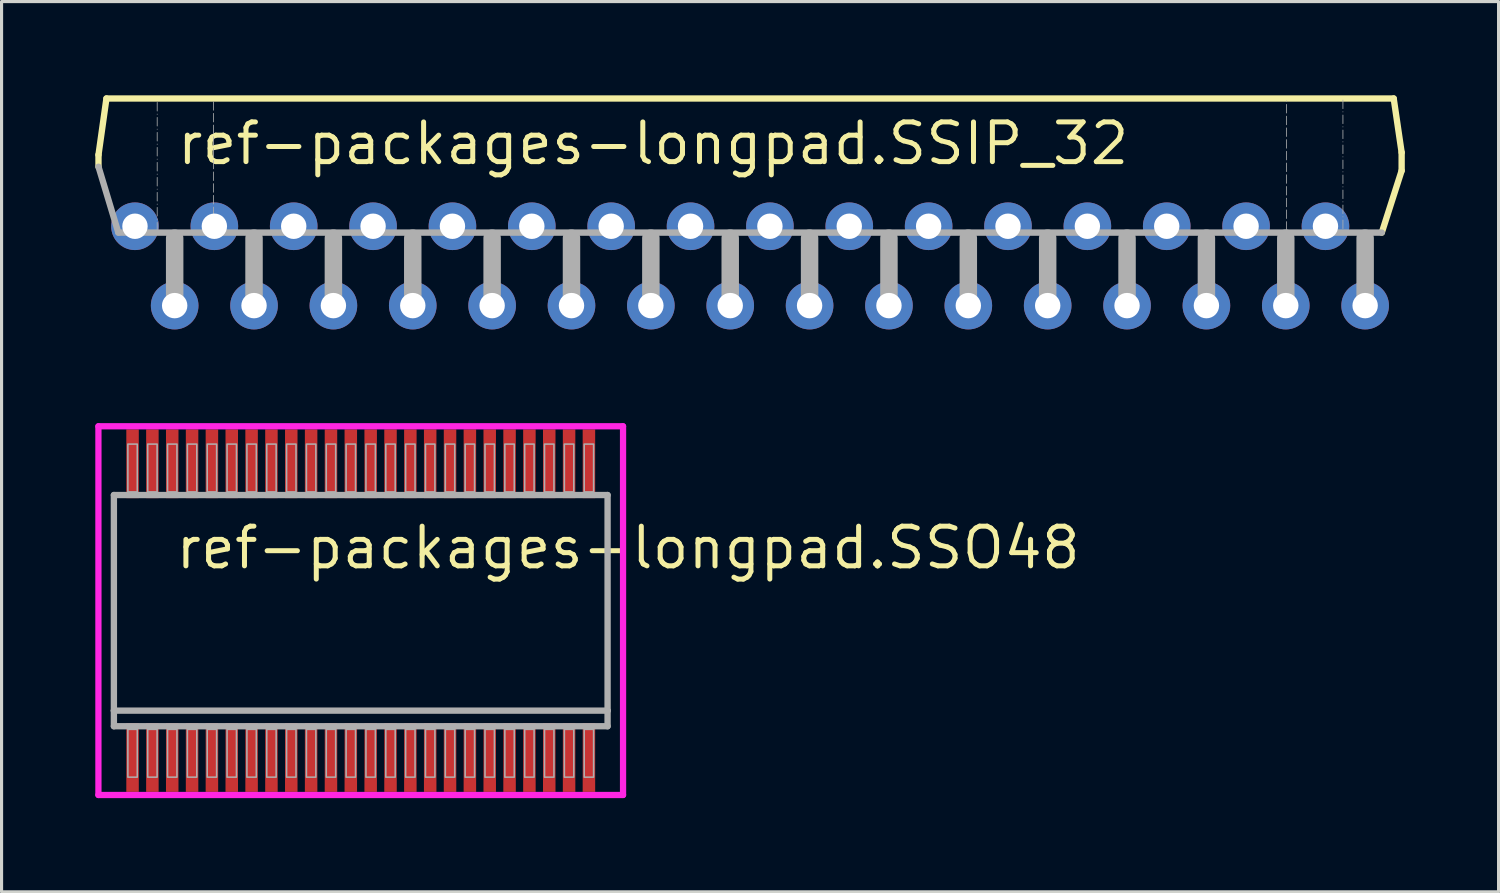
<source format=kicad_pcb>
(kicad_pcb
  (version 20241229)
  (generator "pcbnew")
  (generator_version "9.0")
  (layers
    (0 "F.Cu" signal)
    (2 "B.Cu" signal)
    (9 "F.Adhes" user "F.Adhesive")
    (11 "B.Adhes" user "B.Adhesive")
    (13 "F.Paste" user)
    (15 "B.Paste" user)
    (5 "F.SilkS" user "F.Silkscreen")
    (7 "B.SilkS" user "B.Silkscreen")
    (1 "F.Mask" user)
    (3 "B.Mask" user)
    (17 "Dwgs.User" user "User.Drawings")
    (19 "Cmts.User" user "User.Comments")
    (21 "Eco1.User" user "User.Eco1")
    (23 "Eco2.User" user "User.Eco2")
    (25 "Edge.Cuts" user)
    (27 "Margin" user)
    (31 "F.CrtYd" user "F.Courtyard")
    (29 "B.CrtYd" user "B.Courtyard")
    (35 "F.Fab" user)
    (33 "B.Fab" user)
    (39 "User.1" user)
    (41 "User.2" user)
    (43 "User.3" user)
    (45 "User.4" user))
  (footprint "ref-packages-longpad.SSO48"
    (layer "F.Cu")
    (at 8.495 16.493)
    (property "Reference" "ref-packages-longpad.SSO48" (at -6.003 -1.27 0) (layer "F.SilkS") (effects (font (size 1.27 1.27) (thickness 0.16)) (justify left bottom)))
    (attr smd)
    (fp_line (start -8.395 -5.9) (end 8.395 -5.9) (stroke (width 0.2) (type default)) (layer "F.CrtYd"))
    (fp_line (start -8.395 5.9) (end -8.395 -5.9) (stroke (width 0.2) (type default)) (layer "F.CrtYd"))
    (fp_line (start 8.395 -5.9) (end 8.395 5.9) (stroke (width 0.2) (type default)) (layer "F.CrtYd"))
    (fp_line (start 8.395 5.9) (end -8.395 5.9) (stroke (width 0.2) (type default)) (layer "F.CrtYd"))
    (fp_line (start -7.9 -3.7) (end 7.9 -3.7) (stroke (width 0.203) (type default)) (layer "F.Fab"))
    (fp_line (start -7.9 3.2) (end -7.9 -3.7) (stroke (width 0.203) (type default)) (layer "F.Fab"))
    (fp_line (start -7.9 3.7) (end -7.9 3.2) (stroke (width 0.203) (type default)) (layer "F.Fab"))
    (fp_line (start 7.9 -3.7) (end 7.9 3.2) (stroke (width 0.203) (type default)) (layer "F.Fab"))
    (fp_line (start 7.9 3.2) (end -7.9 3.2) (stroke (width 0.203) (type default)) (layer "F.Fab"))
    (fp_line (start 7.9 3.2) (end 7.9 3.7) (stroke (width 0.203) (type default)) (layer "F.Fab"))
    (fp_line (start 7.9 3.7) (end -7.9 3.7) (stroke (width 0.203) (type default)) (layer "F.Fab"))
    (fp_rect (start -7.453 -3.8) (end -7.152 -5.33) (stroke (width 0.05) (type default)) (fill no) (layer "F.Fab"))
    (fp_rect (start -7.453 5.33) (end -7.152 3.8) (stroke (width 0.05) (type default)) (fill no) (layer "F.Fab"))
    (fp_rect (start -6.818 -3.8) (end -6.517 -5.33) (stroke (width 0.05) (type default)) (fill no) (layer "F.Fab"))
    (fp_rect (start -6.818 5.33) (end -6.517 3.8) (stroke (width 0.05) (type default)) (fill no) (layer "F.Fab"))
    (fp_rect (start -6.183 -3.8) (end -5.882 -5.33) (stroke (width 0.05) (type default)) (fill no) (layer "F.Fab"))
    (fp_rect (start -6.183 5.33) (end -5.882 3.8) (stroke (width 0.05) (type default)) (fill no) (layer "F.Fab"))
    (fp_rect (start -5.548 -3.8) (end -5.247 -5.33) (stroke (width 0.05) (type default)) (fill no) (layer "F.Fab"))
    (fp_rect (start -5.548 5.33) (end -5.247 3.8) (stroke (width 0.05) (type default)) (fill no) (layer "F.Fab"))
    (fp_rect (start -4.913 -3.8) (end -4.612 -5.33) (stroke (width 0.05) (type default)) (fill no) (layer "F.Fab"))
    (fp_rect (start -4.913 5.33) (end -4.612 3.8) (stroke (width 0.05) (type default)) (fill no) (layer "F.Fab"))
    (fp_rect (start -4.278 -3.8) (end -3.977 -5.33) (stroke (width 0.05) (type default)) (fill no) (layer "F.Fab"))
    (fp_rect (start -4.278 5.33) (end -3.977 3.8) (stroke (width 0.05) (type default)) (fill no) (layer "F.Fab"))
    (fp_rect (start -3.643 -3.8) (end -3.342 -5.33) (stroke (width 0.05) (type default)) (fill no) (layer "F.Fab"))
    (fp_rect (start -3.643 5.33) (end -3.342 3.8) (stroke (width 0.05) (type default)) (fill no) (layer "F.Fab"))
    (fp_rect (start -3.008 -3.8) (end -2.707 -5.33) (stroke (width 0.05) (type default)) (fill no) (layer "F.Fab"))
    (fp_rect (start -3.008 5.33) (end -2.707 3.8) (stroke (width 0.05) (type default)) (fill no) (layer "F.Fab"))
    (fp_rect (start -2.373 -3.8) (end -2.072 -5.33) (stroke (width 0.05) (type default)) (fill no) (layer "F.Fab"))
    (fp_rect (start -2.373 5.33) (end -2.072 3.8) (stroke (width 0.05) (type default)) (fill no) (layer "F.Fab"))
    (fp_rect (start -1.738 -3.8) (end -1.437 -5.33) (stroke (width 0.05) (type default)) (fill no) (layer "F.Fab"))
    (fp_rect (start -1.738 5.33) (end -1.437 3.8) (stroke (width 0.05) (type default)) (fill no) (layer "F.Fab"))
    (fp_rect (start -1.103 -3.8) (end -0.802 -5.33) (stroke (width 0.05) (type default)) (fill no) (layer "F.Fab"))
    (fp_rect (start -1.103 5.33) (end -0.802 3.8) (stroke (width 0.05) (type default)) (fill no) (layer "F.Fab"))
    (fp_rect (start -0.468 -3.8) (end -0.167 -5.33) (stroke (width 0.05) (type default)) (fill no) (layer "F.Fab"))
    (fp_rect (start -0.468 5.33) (end -0.167 3.8) (stroke (width 0.05) (type default)) (fill no) (layer "F.Fab"))
    (fp_rect (start 0.167 -3.8) (end 0.468 -5.33) (stroke (width 0.05) (type default)) (fill no) (layer "F.Fab"))
    (fp_rect (start 0.167 5.33) (end 0.468 3.8) (stroke (width 0.05) (type default)) (fill no) (layer "F.Fab"))
    (fp_rect (start 0.802 -3.8) (end 1.103 -5.33) (stroke (width 0.05) (type default)) (fill no) (layer "F.Fab"))
    (fp_rect (start 0.802 5.33) (end 1.103 3.8) (stroke (width 0.05) (type default)) (fill no) (layer "F.Fab"))
    (fp_rect (start 1.437 -3.8) (end 1.738 -5.33) (stroke (width 0.05) (type default)) (fill no) (layer "F.Fab"))
    (fp_rect (start 1.437 5.33) (end 1.738 3.8) (stroke (width 0.05) (type default)) (fill no) (layer "F.Fab"))
    (fp_rect (start 2.072 -3.8) (end 2.373 -5.33) (stroke (width 0.05) (type default)) (fill no) (layer "F.Fab"))
    (fp_rect (start 2.072 5.33) (end 2.373 3.8) (stroke (width 0.05) (type default)) (fill no) (layer "F.Fab"))
    (fp_rect (start 2.707 -3.8) (end 3.008 -5.33) (stroke (width 0.05) (type default)) (fill no) (layer "F.Fab"))
    (fp_rect (start 2.707 5.33) (end 3.008 3.8) (stroke (width 0.05) (type default)) (fill no) (layer "F.Fab"))
    (fp_rect (start 3.342 -3.8) (end 3.643 -5.33) (stroke (width 0.05) (type default)) (fill no) (layer "F.Fab"))
    (fp_rect (start 3.342 5.33) (end 3.643 3.8) (stroke (width 0.05) (type default)) (fill no) (layer "F.Fab"))
    (fp_rect (start 3.977 -3.8) (end 4.278 -5.33) (stroke (width 0.05) (type default)) (fill no) (layer "F.Fab"))
    (fp_rect (start 3.977 5.33) (end 4.278 3.8) (stroke (width 0.05) (type default)) (fill no) (layer "F.Fab"))
    (fp_rect (start 4.612 -3.8) (end 4.913 -5.33) (stroke (width 0.05) (type default)) (fill no) (layer "F.Fab"))
    (fp_rect (start 4.612 5.33) (end 4.913 3.8) (stroke (width 0.05) (type default)) (fill no) (layer "F.Fab"))
    (fp_rect (start 5.247 -3.8) (end 5.548 -5.33) (stroke (width 0.05) (type default)) (fill no) (layer "F.Fab"))
    (fp_rect (start 5.247 5.33) (end 5.548 3.8) (stroke (width 0.05) (type default)) (fill no) (layer "F.Fab"))
    (fp_rect (start 5.882 -3.8) (end 6.183 -5.33) (stroke (width 0.05) (type default)) (fill no) (layer "F.Fab"))
    (fp_rect (start 5.882 5.33) (end 6.183 3.8) (stroke (width 0.05) (type default)) (fill no) (layer "F.Fab"))
    (fp_rect (start 6.517 -3.8) (end 6.818 -5.33) (stroke (width 0.05) (type default)) (fill no) (layer "F.Fab"))
    (fp_rect (start 6.517 5.33) (end 6.818 3.8) (stroke (width 0.05) (type default)) (fill no) (layer "F.Fab"))
    (fp_rect (start 7.152 -3.8) (end 7.453 -5.33) (stroke (width 0.05) (type default)) (fill no) (layer "F.Fab"))
    (fp_rect (start 7.152 5.33) (end 7.453 3.8) (stroke (width 0.05) (type default)) (fill no) (layer "F.Fab"))
    (pad "1" smd roundrect (at -7.303 4.7) (size 0.4 2.2) (layers "F.Cu" "F.Mask" "F.Paste") (roundrect_rratio 0.01))
    (pad "2" smd roundrect (at -6.668 4.7) (size 0.4 2.2) (layers "F.Cu" "F.Mask" "F.Paste") (roundrect_rratio 0.01))
    (pad "3" smd roundrect (at -6.033 4.7) (size 0.4 2.2) (layers "F.Cu" "F.Mask" "F.Paste") (roundrect_rratio 0.01))
    (pad "4" smd roundrect (at -5.398 4.7) (size 0.4 2.2) (layers "F.Cu" "F.Mask" "F.Paste") (roundrect_rratio 0.01))
    (pad "5" smd roundrect (at -4.763 4.7) (size 0.4 2.2) (layers "F.Cu" "F.Mask" "F.Paste") (roundrect_rratio 0.01))
    (pad "6" smd roundrect (at -4.128 4.7) (size 0.4 2.2) (layers "F.Cu" "F.Mask" "F.Paste") (roundrect_rratio 0.01))
    (pad "7" smd roundrect (at -3.493 4.7) (size 0.4 2.2) (layers "F.Cu" "F.Mask" "F.Paste") (roundrect_rratio 0.01))
    (pad "8" smd roundrect (at -2.858 4.7) (size 0.4 2.2) (layers "F.Cu" "F.Mask" "F.Paste") (roundrect_rratio 0.01))
    (pad "9" smd roundrect (at -2.223 4.7) (size 0.4 2.2) (layers "F.Cu" "F.Mask" "F.Paste") (roundrect_rratio 0.01))
    (pad "10" smd roundrect (at -1.588 4.7) (size 0.4 2.2) (layers "F.Cu" "F.Mask" "F.Paste") (roundrect_rratio 0.01))
    (pad "11" smd roundrect (at -0.953 4.7) (size 0.4 2.2) (layers "F.Cu" "F.Mask" "F.Paste") (roundrect_rratio 0.01))
    (pad "12" smd roundrect (at -0.318 4.7) (size 0.4 2.2) (layers "F.Cu" "F.Mask" "F.Paste") (roundrect_rratio 0.01))
    (pad "13" smd roundrect (at 0.318 4.7) (size 0.4 2.2) (layers "F.Cu" "F.Mask" "F.Paste") (roundrect_rratio 0.01))
    (pad "14" smd roundrect (at 0.953 4.7) (size 0.4 2.2) (layers "F.Cu" "F.Mask" "F.Paste") (roundrect_rratio 0.01))
    (pad "15" smd roundrect (at 1.588 4.7) (size 0.4 2.2) (layers "F.Cu" "F.Mask" "F.Paste") (roundrect_rratio 0.01))
    (pad "16" smd roundrect (at 2.223 4.7) (size 0.4 2.2) (layers "F.Cu" "F.Mask" "F.Paste") (roundrect_rratio 0.01))
    (pad "17" smd roundrect (at 2.858 4.7) (size 0.4 2.2) (layers "F.Cu" "F.Mask" "F.Paste") (roundrect_rratio 0.01))
    (pad "18" smd roundrect (at 3.493 4.7) (size 0.4 2.2) (layers "F.Cu" "F.Mask" "F.Paste") (roundrect_rratio 0.01))
    (pad "19" smd roundrect (at 4.128 4.7) (size 0.4 2.2) (layers "F.Cu" "F.Mask" "F.Paste") (roundrect_rratio 0.01))
    (pad "20" smd roundrect (at 4.763 4.7) (size 0.4 2.2) (layers "F.Cu" "F.Mask" "F.Paste") (roundrect_rratio 0.01))
    (pad "21" smd roundrect (at 5.398 4.7) (size 0.4 2.2) (layers "F.Cu" "F.Mask" "F.Paste") (roundrect_rratio 0.01))
    (pad "22" smd roundrect (at 6.033 4.7) (size 0.4 2.2) (layers "F.Cu" "F.Mask" "F.Paste") (roundrect_rratio 0.01))
    (pad "23" smd roundrect (at 6.668 4.7) (size 0.4 2.2) (layers "F.Cu" "F.Mask" "F.Paste") (roundrect_rratio 0.01))
    (pad "24" smd roundrect (at 7.303 4.7) (size 0.4 2.2) (layers "F.Cu" "F.Mask" "F.Paste") (roundrect_rratio 0.01))
    (pad "25" smd roundrect (at 7.303 -4.7) (size 0.4 2.2) (layers "F.Cu" "F.Mask" "F.Paste") (roundrect_rratio 0.01))
    (pad "26" smd roundrect (at 6.668 -4.7) (size 0.4 2.2) (layers "F.Cu" "F.Mask" "F.Paste") (roundrect_rratio 0.01))
    (pad "27" smd roundrect (at 6.033 -4.7) (size 0.4 2.2) (layers "F.Cu" "F.Mask" "F.Paste") (roundrect_rratio 0.01))
    (pad "28" smd roundrect (at 5.398 -4.7) (size 0.4 2.2) (layers "F.Cu" "F.Mask" "F.Paste") (roundrect_rratio 0.01))
    (pad "29" smd roundrect (at 4.763 -4.7) (size 0.4 2.2) (layers "F.Cu" "F.Mask" "F.Paste") (roundrect_rratio 0.01))
    (pad "30" smd roundrect (at 4.128 -4.7) (size 0.4 2.2) (layers "F.Cu" "F.Mask" "F.Paste") (roundrect_rratio 0.01))
    (pad "31" smd roundrect (at 3.493 -4.7) (size 0.4 2.2) (layers "F.Cu" "F.Mask" "F.Paste") (roundrect_rratio 0.01))
    (pad "32" smd roundrect (at 2.858 -4.7) (size 0.4 2.2) (layers "F.Cu" "F.Mask" "F.Paste") (roundrect_rratio 0.01))
    (pad "33" smd roundrect (at 2.223 -4.7) (size 0.4 2.2) (layers "F.Cu" "F.Mask" "F.Paste") (roundrect_rratio 0.01))
    (pad "34" smd roundrect (at 1.588 -4.7) (size 0.4 2.2) (layers "F.Cu" "F.Mask" "F.Paste") (roundrect_rratio 0.01))
    (pad "35" smd roundrect (at 0.953 -4.7) (size 0.4 2.2) (layers "F.Cu" "F.Mask" "F.Paste") (roundrect_rratio 0.01))
    (pad "36" smd roundrect (at 0.318 -4.7) (size 0.4 2.2) (layers "F.Cu" "F.Mask" "F.Paste") (roundrect_rratio 0.01))
    (pad "37" smd roundrect (at -0.318 -4.7) (size 0.4 2.2) (layers "F.Cu" "F.Mask" "F.Paste") (roundrect_rratio 0.01))
    (pad "38" smd roundrect (at -0.953 -4.7) (size 0.4 2.2) (layers "F.Cu" "F.Mask" "F.Paste") (roundrect_rratio 0.01))
    (pad "39" smd roundrect (at -1.588 -4.7) (size 0.4 2.2) (layers "F.Cu" "F.Mask" "F.Paste") (roundrect_rratio 0.01))
    (pad "40" smd roundrect (at -2.223 -4.7) (size 0.4 2.2) (layers "F.Cu" "F.Mask" "F.Paste") (roundrect_rratio 0.01))
    (pad "41" smd roundrect (at -2.858 -4.7) (size 0.4 2.2) (layers "F.Cu" "F.Mask" "F.Paste") (roundrect_rratio 0.01))
    (pad "42" smd roundrect (at -3.493 -4.7) (size 0.4 2.2) (layers "F.Cu" "F.Mask" "F.Paste") (roundrect_rratio 0.01))
    (pad "43" smd roundrect (at -4.128 -4.7) (size 0.4 2.2) (layers "F.Cu" "F.Mask" "F.Paste") (roundrect_rratio 0.01))
    (pad "44" smd roundrect (at -4.763 -4.7) (size 0.4 2.2) (layers "F.Cu" "F.Mask" "F.Paste") (roundrect_rratio 0.01))
    (pad "45" smd roundrect (at -5.398 -4.7) (size 0.4 2.2) (layers "F.Cu" "F.Mask" "F.Paste") (roundrect_rratio 0.01))
    (pad "46" smd roundrect (at -6.033 -4.7) (size 0.4 2.2) (layers "F.Cu" "F.Mask" "F.Paste") (roundrect_rratio 0.01))
    (pad "47" smd roundrect (at -6.668 -4.7) (size 0.4 2.2) (layers "F.Cu" "F.Mask" "F.Paste") (roundrect_rratio 0.01))
    (pad "48" smd roundrect (at -7.303 -4.7) (size 0.4 2.2) (layers "F.Cu" "F.Mask" "F.Paste") (roundrect_rratio 0.01)))
  (footprint "ref-packages-longpad.SSIP_32"
    (layer "F.Cu")
    (at 20.955 6.731)
    (property "Reference" "ref-packages-longpad.SSIP_32" (at -18.415 -4.445 0) (layer "F.SilkS") (effects (font (size 1.27 1.27) (thickness 0.16)) (justify left bottom)))
    (attr through_hole)
    (fp_line (start -20.853 -4.826) (end -20.599 -6.629) (stroke (width 0.203) (type default)) (layer "F.SilkS"))
    (fp_line (start -20.853 -4.445) (end -20.853 -4.826) (stroke (width 0.203) (type default)) (layer "F.SilkS"))
    (fp_line (start -20.599 -6.629) (end 20.599 -6.629) (stroke (width 0.203) (type default)) (layer "F.SilkS"))
    (fp_line (start 20.599 -6.629) (end 20.853 -4.902) (stroke (width 0.203) (type default)) (layer "F.SilkS"))
    (fp_line (start 20.853 -4.902) (end 20.853 -4.318) (stroke (width 0.203) (type default)) (layer "F.SilkS"))
    (fp_line (start 20.853 -4.318) (end 20.218 -2.337) (stroke (width 0.203) (type default)) (layer "F.SilkS"))
    (fp_line (start -20.218 -2.337) (end -20.853 -4.445) (stroke (width 0.203) (type default)) (layer "F.Fab"))
    (fp_line (start -18.974 -2.388) (end -18.974 -6.579) (stroke (width 0.025) (type dash_dot)) (layer "F.Fab"))
    (fp_line (start -18.415 0) (end -18.415 -2.159) (stroke (width 0.559) (type default)) (layer "F.Fab"))
    (fp_line (start -17.17 -6.528) (end -17.17 -2.388) (stroke (width 0.025) (type dash)) (layer "F.Fab"))
    (fp_line (start -15.875 0) (end -15.875 -2.159) (stroke (width 0.559) (type default)) (layer "F.Fab"))
    (fp_line (start -13.335 0) (end -13.335 -2.159) (stroke (width 0.559) (type default)) (layer "F.Fab"))
    (fp_line (start -10.795 0) (end -10.795 -2.159) (stroke (width 0.559) (type default)) (layer "F.Fab"))
    (fp_line (start -8.255 0) (end -8.255 -2.159) (stroke (width 0.559) (type default)) (layer "F.Fab"))
    (fp_line (start -5.715 0) (end -5.715 -2.159) (stroke (width 0.559) (type default)) (layer "F.Fab"))
    (fp_line (start -3.175 0) (end -3.175 -2.159) (stroke (width 0.559) (type default)) (layer "F.Fab"))
    (fp_line (start -0.635 0) (end -0.635 -2.159) (stroke (width 0.559) (type default)) (layer "F.Fab"))
    (fp_line (start 1.905 0) (end 1.905 -2.159) (stroke (width 0.559) (type default)) (layer "F.Fab"))
    (fp_line (start 4.445 0) (end 4.445 -2.159) (stroke (width 0.559) (type default)) (layer "F.Fab"))
    (fp_line (start 6.985 0) (end 6.985 -2.159) (stroke (width 0.559) (type default)) (layer "F.Fab"))
    (fp_line (start 9.525 0) (end 9.525 -2.159) (stroke (width 0.559) (type default)) (layer "F.Fab"))
    (fp_line (start 12.065 0) (end 12.065 -2.159) (stroke (width 0.559) (type default)) (layer "F.Fab"))
    (fp_line (start 14.605 0) (end 14.605 -2.159) (stroke (width 0.559) (type default)) (layer "F.Fab"))
    (fp_line (start 17.145 0) (end 17.145 -2.159) (stroke (width 0.559) (type default)) (layer "F.Fab"))
    (fp_line (start 17.17 -2.413) (end 17.17 -6.553) (stroke (width 0.025) (type dash)) (layer "F.Fab"))
    (fp_line (start 18.974 -6.579) (end 18.974 -2.388) (stroke (width 0.025) (type dash_dot)) (layer "F.Fab"))
    (fp_line (start 19.685 0) (end 19.685 -2.159) (stroke (width 0.559) (type default)) (layer "F.Fab"))
    (fp_line (start 20.218 -2.337) (end -20.218 -2.337) (stroke (width 0.203) (type default)) (layer "F.Fab"))
    (pad "1" thru_hole circle (at -19.685 -2.54) (size 1.524 1.524) (drill 0.813) (layers "*.Cu" "*.Mask"))
    (pad "2" thru_hole circle (at -18.415 0) (size 1.524 1.524) (drill 0.813) (layers "*.Cu" "*.Mask"))
    (pad "3" thru_hole circle (at -17.145 -2.54) (size 1.524 1.524) (drill 0.813) (layers "*.Cu" "*.Mask"))
    (pad "4" thru_hole circle (at -15.875 0) (size 1.524 1.524) (drill 0.813) (layers "*.Cu" "*.Mask"))
    (pad "5" thru_hole circle (at -14.605 -2.54) (size 1.524 1.524) (drill 0.813) (layers "*.Cu" "*.Mask"))
    (pad "6" thru_hole circle (at -13.335 0) (size 1.524 1.524) (drill 0.813) (layers "*.Cu" "*.Mask"))
    (pad "7" thru_hole circle (at -12.065 -2.54) (size 1.524 1.524) (drill 0.813) (layers "*.Cu" "*.Mask"))
    (pad "8" thru_hole circle (at -10.795 0) (size 1.524 1.524) (drill 0.813) (layers "*.Cu" "*.Mask"))
    (pad "9" thru_hole circle (at -9.525 -2.54) (size 1.524 1.524) (drill 0.813) (layers "*.Cu" "*.Mask"))
    (pad "10" thru_hole circle (at -8.255 0) (size 1.524 1.524) (drill 0.813) (layers "*.Cu" "*.Mask"))
    (pad "11" thru_hole circle (at -6.985 -2.54) (size 1.524 1.524) (drill 0.813) (layers "*.Cu" "*.Mask"))
    (pad "12" thru_hole circle (at -5.715 0) (size 1.524 1.524) (drill 0.813) (layers "*.Cu" "*.Mask"))
    (pad "13" thru_hole circle (at -4.445 -2.54) (size 1.524 1.524) (drill 0.813) (layers "*.Cu" "*.Mask"))
    (pad "14" thru_hole circle (at -3.175 0) (size 1.524 1.524) (drill 0.813) (layers "*.Cu" "*.Mask"))
    (pad "15" thru_hole circle (at -1.905 -2.54) (size 1.524 1.524) (drill 0.813) (layers "*.Cu" "*.Mask"))
    (pad "16" thru_hole circle (at -0.635 0) (size 1.524 1.524) (drill 0.813) (layers "*.Cu" "*.Mask"))
    (pad "17" thru_hole circle (at 0.635 -2.54) (size 1.524 1.524) (drill 0.813) (layers "*.Cu" "*.Mask"))
    (pad "18" thru_hole circle (at 1.905 0) (size 1.524 1.524) (drill 0.813) (layers "*.Cu" "*.Mask"))
    (pad "19" thru_hole circle (at 3.175 -2.54) (size 1.524 1.524) (drill 0.813) (layers "*.Cu" "*.Mask"))
    (pad "20" thru_hole circle (at 4.445 0) (size 1.524 1.524) (drill 0.813) (layers "*.Cu" "*.Mask"))
    (pad "21" thru_hole circle (at 5.715 -2.54) (size 1.524 1.524) (drill 0.813) (layers "*.Cu" "*.Mask"))
    (pad "22" thru_hole circle (at 6.985 0) (size 1.524 1.524) (drill 0.813) (layers "*.Cu" "*.Mask"))
    (pad "23" thru_hole circle (at 8.255 -2.54) (size 1.524 1.524) (drill 0.813) (layers "*.Cu" "*.Mask"))
    (pad "24" thru_hole circle (at 9.525 0) (size 1.524 1.524) (drill 0.813) (layers "*.Cu" "*.Mask"))
    (pad "25" thru_hole circle (at 10.795 -2.54) (size 1.524 1.524) (drill 0.813) (layers "*.Cu" "*.Mask"))
    (pad "26" thru_hole circle (at 12.065 0) (size 1.524 1.524) (drill 0.813) (layers "*.Cu" "*.Mask"))
    (pad "27" thru_hole circle (at 13.335 -2.54) (size 1.524 1.524) (drill 0.813) (layers "*.Cu" "*.Mask"))
    (pad "28" thru_hole circle (at 14.605 0) (size 1.524 1.524) (drill 0.813) (layers "*.Cu" "*.Mask"))
    (pad "29" thru_hole circle (at 15.875 -2.54) (size 1.524 1.524) (drill 0.813) (layers "*.Cu" "*.Mask"))
    (pad "30" thru_hole circle (at 17.145 0) (size 1.524 1.524) (drill 0.813) (layers "*.Cu" "*.Mask"))
    (pad "31" thru_hole circle (at 18.415 -2.54) (size 1.524 1.524) (drill 0.813) (layers "*.Cu" "*.Mask"))
    (pad "32" thru_hole circle (at 19.685 0) (size 1.524 1.524) (drill 0.813) (layers "*.Cu" "*.Mask")))
  (gr_rect
    (start -3 -3)
    (end 44.91 25.493)
    (stroke (width 0.1) (type default))
    (fill no)
    (layer "Edge.Cuts")))
</source>
